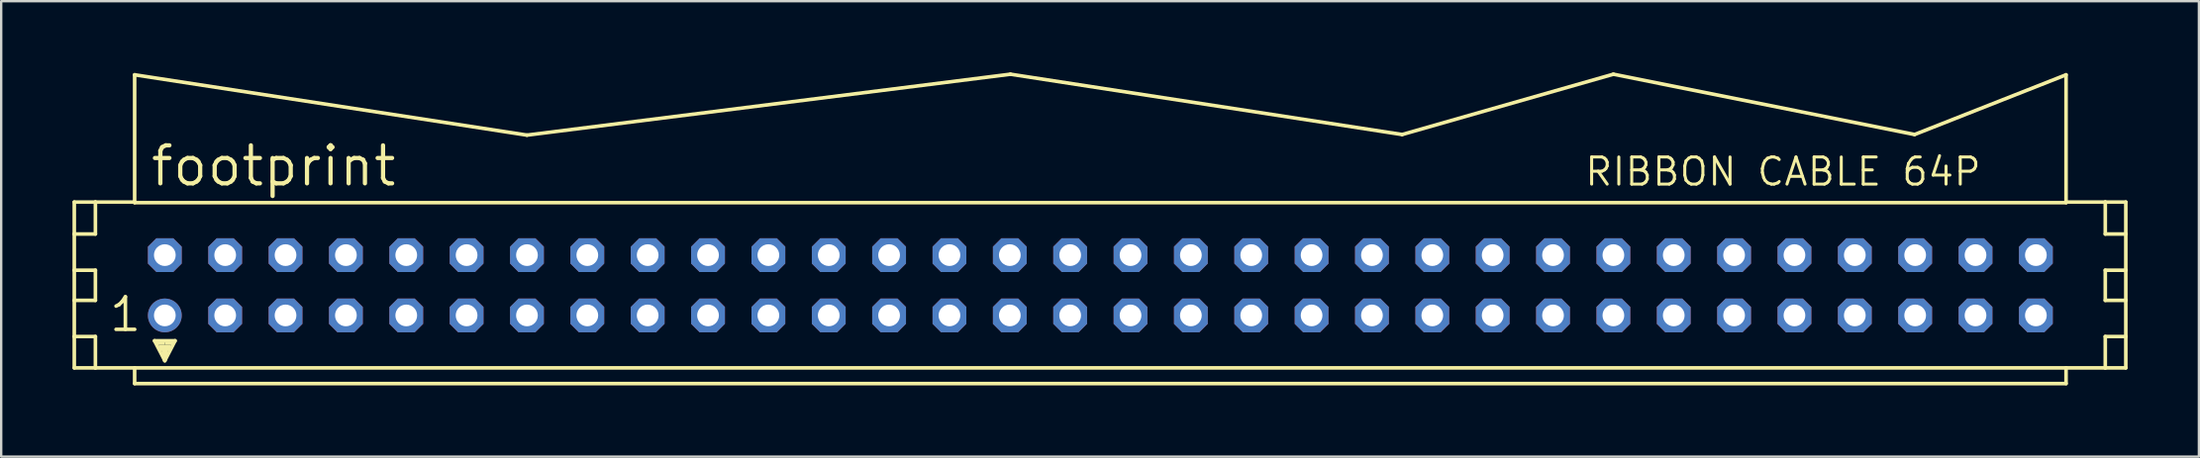
<source format=kicad_pcb>
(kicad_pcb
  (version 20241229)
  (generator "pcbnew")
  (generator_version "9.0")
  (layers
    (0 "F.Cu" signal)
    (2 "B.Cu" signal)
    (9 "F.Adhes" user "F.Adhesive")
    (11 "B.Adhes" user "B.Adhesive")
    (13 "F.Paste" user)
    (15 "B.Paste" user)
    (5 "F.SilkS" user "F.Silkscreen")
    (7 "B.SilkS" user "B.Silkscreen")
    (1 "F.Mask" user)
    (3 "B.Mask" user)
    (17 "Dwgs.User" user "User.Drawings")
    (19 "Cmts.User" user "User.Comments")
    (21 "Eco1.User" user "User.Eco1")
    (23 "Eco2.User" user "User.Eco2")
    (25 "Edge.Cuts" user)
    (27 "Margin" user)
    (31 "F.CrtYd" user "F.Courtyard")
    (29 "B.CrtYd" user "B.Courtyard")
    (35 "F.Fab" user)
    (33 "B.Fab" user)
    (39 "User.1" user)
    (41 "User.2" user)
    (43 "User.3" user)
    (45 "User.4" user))
  (footprint "footprint"
    (layer "F.Cu")
    (at 43.256 8.966)
    (property "Reference" "footprint" (at -40.056 -4.089 0) (layer "F.SilkS") (effects (font (size 1.6 1.6) (thickness 0.178)) (justify left bottom)))
    (fp_line (start -43.18 -3.505) (end -43.18 -2.159) (stroke (width 0.152) (type solid)) (layer "F.SilkS"))
    (fp_line (start -43.18 -2.159) (end -43.18 -0.635) (stroke (width 0.152) (type solid)) (layer "F.SilkS"))
    (fp_line (start -43.18 -2.159) (end -42.291 -2.159) (stroke (width 0.152) (type solid)) (layer "F.SilkS"))
    (fp_line (start -43.18 -0.635) (end -43.18 0.635) (stroke (width 0.152) (type solid)) (layer "F.SilkS"))
    (fp_line (start -43.18 -0.635) (end -42.291 -0.635) (stroke (width 0.152) (type solid)) (layer "F.SilkS"))
    (fp_line (start -43.18 0.635) (end -43.18 2.159) (stroke (width 0.152) (type solid)) (layer "F.SilkS"))
    (fp_line (start -43.18 0.635) (end -42.291 0.635) (stroke (width 0.152) (type solid)) (layer "F.SilkS"))
    (fp_line (start -43.18 2.159) (end -43.18 3.48) (stroke (width 0.152) (type solid)) (layer "F.SilkS"))
    (fp_line (start -43.18 2.159) (end -42.291 2.159) (stroke (width 0.152) (type solid)) (layer "F.SilkS"))
    (fp_line (start -43.18 3.48) (end -42.291 3.48) (stroke (width 0.152) (type solid)) (layer "F.SilkS"))
    (fp_line (start -42.291 -3.505) (end -43.18 -3.505) (stroke (width 0.152) (type solid)) (layer "F.SilkS"))
    (fp_line (start -42.291 -3.505) (end -42.291 -2.159) (stroke (width 0.152) (type solid)) (layer "F.SilkS"))
    (fp_line (start -42.291 -0.635) (end -42.291 0.635) (stroke (width 0.152) (type solid)) (layer "F.SilkS"))
    (fp_line (start -42.291 2.159) (end -42.291 3.48) (stroke (width 0.152) (type solid)) (layer "F.SilkS"))
    (fp_line (start -42.291 3.48) (end -40.64 3.48) (stroke (width 0.152) (type solid)) (layer "F.SilkS"))
    (fp_line (start -40.64 -8.865) (end -24.13 -6.325) (stroke (width 0.152) (type solid)) (layer "F.SilkS"))
    (fp_line (start -40.64 -3.505) (end -42.291 -3.505) (stroke (width 0.152) (type solid)) (layer "F.SilkS"))
    (fp_line (start -40.64 -3.505) (end -40.64 -8.865) (stroke (width 0.152) (type solid)) (layer "F.SilkS"))
    (fp_line (start -40.64 -3.48) (end -40.64 -3.505) (stroke (width 0.152) (type solid)) (layer "F.SilkS"))
    (fp_line (start -40.64 3.48) (end -40.64 4.14) (stroke (width 0.152) (type solid)) (layer "F.SilkS"))
    (fp_line (start -40.64 3.48) (end 40.64 3.48) (stroke (width 0.152) (type solid)) (layer "F.SilkS"))
    (fp_line (start -40.64 4.14) (end 40.64 4.14) (stroke (width 0.152) (type solid)) (layer "F.SilkS"))
    (fp_line (start -39.802 2.337) (end -38.938 2.337) (stroke (width 0.152) (type solid)) (layer "F.SilkS"))
    (fp_line (start -39.37 3.175) (end -39.802 2.337) (stroke (width 0.152) (type solid)) (layer "F.SilkS"))
    (fp_line (start -39.37 3.175) (end -39.37 2.921) (stroke (width 0.152) (type solid)) (layer "F.SilkS"))
    (fp_line (start -38.938 2.337) (end -39.37 3.175) (stroke (width 0.152) (type solid)) (layer "F.SilkS"))
    (fp_line (start -24.13 -6.325) (end -3.785 -8.89) (stroke (width 0.152) (type solid)) (layer "F.SilkS"))
    (fp_line (start 12.7 -6.35) (end -3.785 -8.89) (stroke (width 0.152) (type solid)) (layer "F.SilkS"))
    (fp_line (start 21.59 -8.89) (end 12.7 -6.35) (stroke (width 0.152) (type solid)) (layer "F.SilkS"))
    (fp_line (start 34.265 -6.35) (end 21.59 -8.89) (stroke (width 0.152) (type solid)) (layer "F.SilkS"))
    (fp_line (start 40.64 -8.865) (end 34.265 -6.35) (stroke (width 0.152) (type solid)) (layer "F.SilkS"))
    (fp_line (start 40.64 -8.865) (end 40.64 -3.505) (stroke (width 0.152) (type solid)) (layer "F.SilkS"))
    (fp_line (start 40.64 -3.505) (end 40.64 -3.48) (stroke (width 0.152) (type solid)) (layer "F.SilkS"))
    (fp_line (start 40.64 -3.48) (end -40.64 -3.48) (stroke (width 0.152) (type solid)) (layer "F.SilkS"))
    (fp_line (start 40.64 3.48) (end 42.291 3.48) (stroke (width 0.152) (type solid)) (layer "F.SilkS"))
    (fp_line (start 40.64 4.14) (end 40.64 3.48) (stroke (width 0.152) (type solid)) (layer "F.SilkS"))
    (fp_line (start 42.291 -3.505) (end 40.64 -3.505) (stroke (width 0.152) (type solid)) (layer "F.SilkS"))
    (fp_line (start 42.291 -3.505) (end 42.291 -2.159) (stroke (width 0.152) (type solid)) (layer "F.SilkS"))
    (fp_line (start 42.291 -2.159) (end 43.155 -2.159) (stroke (width 0.152) (type solid)) (layer "F.SilkS"))
    (fp_line (start 42.291 -0.635) (end 42.291 0.635) (stroke (width 0.152) (type solid)) (layer "F.SilkS"))
    (fp_line (start 42.291 -0.635) (end 43.155 -0.635) (stroke (width 0.152) (type solid)) (layer "F.SilkS"))
    (fp_line (start 42.291 0.635) (end 43.155 0.635) (stroke (width 0.152) (type solid)) (layer "F.SilkS"))
    (fp_line (start 42.291 2.159) (end 42.291 3.48) (stroke (width 0.152) (type solid)) (layer "F.SilkS"))
    (fp_line (start 42.291 2.159) (end 43.155 2.159) (stroke (width 0.152) (type solid)) (layer "F.SilkS"))
    (fp_line (start 42.291 3.48) (end 43.155 3.48) (stroke (width 0.152) (type solid)) (layer "F.SilkS"))
    (fp_line (start 43.155 -3.505) (end 42.291 -3.505) (stroke (width 0.152) (type solid)) (layer "F.SilkS"))
    (fp_line (start 43.155 -2.159) (end 43.155 -3.505) (stroke (width 0.152) (type solid)) (layer "F.SilkS"))
    (fp_line (start 43.155 -0.635) (end 43.155 -2.159) (stroke (width 0.152) (type solid)) (layer "F.SilkS"))
    (fp_line (start 43.155 0.635) (end 43.155 -0.635) (stroke (width 0.152) (type solid)) (layer "F.SilkS"))
    (fp_line (start 43.155 2.159) (end 43.155 0.635) (stroke (width 0.152) (type solid)) (layer "F.SilkS"))
    (fp_line (start 43.155 3.48) (end 43.155 2.159) (stroke (width 0.152) (type solid)) (layer "F.SilkS"))
    (fp_poly (pts (xy -39.751 2.515) (xy -39.37 2.515) (xy -39.37 2.388) (xy -39.751 2.388)) (stroke (width 0) (type solid)) (fill yes) (layer "F.SilkS"))
    (fp_poly (pts (xy -39.624 2.769) (xy -39.116 2.769) (xy -39.116 2.515) (xy -39.624 2.515)) (stroke (width 0) (type solid)) (fill yes) (layer "F.SilkS"))
    (fp_poly (pts (xy -39.497 2.972) (xy -39.243 2.972) (xy -39.243 2.718) (xy -39.497 2.718)) (stroke (width 0) (type solid)) (fill yes) (layer "F.SilkS"))
    (fp_poly (pts (xy -39.37 2.515) (xy -38.989 2.515) (xy -38.989 2.388) (xy -39.37 2.388)) (stroke (width 0) (type solid)) (fill yes) (layer "F.SilkS"))
    (fp_text user "RIBBON CABLE 64P" (at 20.32 -4.115 0) (layer "F.SilkS") (effects (font (size 1.143 1.143) (thickness 0.127)) (justify left bottom)))
    (fp_text user "1" (at -41.783 2.032 0) (layer "F.SilkS") (effects (font (size 1.372 1.372) (thickness 0.152)) (justify left bottom)))
    (pad "1" thru_hole circle (at -39.37 1.27) (size 1.422 1.422) (drill 0.914) (layers "*.Cu" "*.Mask"))
    (pad "2" thru_hole roundrect (at -39.37 -1.27) (size 1.422 1.422) (drill 0.914) (layers "*.Cu" "*.Mask") (roundrect_rratio 0.25) (chamfer_ratio 0.25) (chamfer top_left top_right bottom_left bottom_right))
    (pad "3" thru_hole roundrect (at -36.83 1.27) (size 1.422 1.422) (drill 0.914) (layers "*.Cu" "*.Mask") (roundrect_rratio 0.25) (chamfer_ratio 0.25) (chamfer top_left top_right bottom_left bottom_right))
    (pad "4" thru_hole roundrect (at -36.83 -1.27) (size 1.422 1.422) (drill 0.914) (layers "*.Cu" "*.Mask") (roundrect_rratio 0.25) (chamfer_ratio 0.25) (chamfer top_left top_right bottom_left bottom_right))
    (pad "5" thru_hole roundrect (at -34.29 1.27) (size 1.422 1.422) (drill 0.914) (layers "*.Cu" "*.Mask") (roundrect_rratio 0.25) (chamfer_ratio 0.25) (chamfer top_left top_right bottom_left bottom_right))
    (pad "6" thru_hole roundrect (at -34.29 -1.27) (size 1.422 1.422) (drill 0.914) (layers "*.Cu" "*.Mask") (roundrect_rratio 0.25) (chamfer_ratio 0.25) (chamfer top_left top_right bottom_left bottom_right))
    (pad "7" thru_hole roundrect (at -31.75 1.27) (size 1.422 1.422) (drill 0.914) (layers "*.Cu" "*.Mask") (roundrect_rratio 0.25) (chamfer_ratio 0.25) (chamfer top_left top_right bottom_left bottom_right))
    (pad "8" thru_hole roundrect (at -31.75 -1.27) (size 1.422 1.422) (drill 0.914) (layers "*.Cu" "*.Mask") (roundrect_rratio 0.25) (chamfer_ratio 0.25) (chamfer top_left top_right bottom_left bottom_right))
    (pad "9" thru_hole roundrect (at -29.21 1.27) (size 1.422 1.422) (drill 0.914) (layers "*.Cu" "*.Mask") (roundrect_rratio 0.25) (chamfer_ratio 0.25) (chamfer top_left top_right bottom_left bottom_right))
    (pad "10" thru_hole roundrect (at -29.21 -1.27) (size 1.422 1.422) (drill 0.914) (layers "*.Cu" "*.Mask") (roundrect_rratio 0.25) (chamfer_ratio 0.25) (chamfer top_left top_right bottom_left bottom_right))
    (pad "11" thru_hole roundrect (at -26.67 1.27) (size 1.422 1.422) (drill 0.914) (layers "*.Cu" "*.Mask") (roundrect_rratio 0.25) (chamfer_ratio 0.25) (chamfer top_left top_right bottom_left bottom_right))
    (pad "12" thru_hole roundrect (at -26.67 -1.27) (size 1.422 1.422) (drill 0.914) (layers "*.Cu" "*.Mask") (roundrect_rratio 0.25) (chamfer_ratio 0.25) (chamfer top_left top_right bottom_left bottom_right))
    (pad "13" thru_hole roundrect (at -24.13 1.27) (size 1.422 1.422) (drill 0.914) (layers "*.Cu" "*.Mask") (roundrect_rratio 0.25) (chamfer_ratio 0.25) (chamfer top_left top_right bottom_left bottom_right))
    (pad "14" thru_hole roundrect (at -24.13 -1.27) (size 1.422 1.422) (drill 0.914) (layers "*.Cu" "*.Mask") (roundrect_rratio 0.25) (chamfer_ratio 0.25) (chamfer top_left top_right bottom_left bottom_right))
    (pad "15" thru_hole roundrect (at -21.59 1.27) (size 1.422 1.422) (drill 0.914) (layers "*.Cu" "*.Mask") (roundrect_rratio 0.25) (chamfer_ratio 0.25) (chamfer top_left top_right bottom_left bottom_right))
    (pad "16" thru_hole roundrect (at -21.59 -1.27) (size 1.422 1.422) (drill 0.914) (layers "*.Cu" "*.Mask") (roundrect_rratio 0.25) (chamfer_ratio 0.25) (chamfer top_left top_right bottom_left bottom_right))
    (pad "17" thru_hole roundrect (at -19.05 1.27) (size 1.422 1.422) (drill 0.914) (layers "*.Cu" "*.Mask") (roundrect_rratio 0.25) (chamfer_ratio 0.25) (chamfer top_left top_right bottom_left bottom_right))
    (pad "18" thru_hole roundrect (at -19.05 -1.27) (size 1.422 1.422) (drill 0.914) (layers "*.Cu" "*.Mask") (roundrect_rratio 0.25) (chamfer_ratio 0.25) (chamfer top_left top_right bottom_left bottom_right))
    (pad "19" thru_hole roundrect (at -16.51 1.27) (size 1.422 1.422) (drill 0.914) (layers "*.Cu" "*.Mask") (roundrect_rratio 0.25) (chamfer_ratio 0.25) (chamfer top_left top_right bottom_left bottom_right))
    (pad "20" thru_hole roundrect (at -16.51 -1.27) (size 1.422 1.422) (drill 0.914) (layers "*.Cu" "*.Mask") (roundrect_rratio 0.25) (chamfer_ratio 0.25) (chamfer top_left top_right bottom_left bottom_right))
    (pad "21" thru_hole roundrect (at -13.97 1.27) (size 1.422 1.422) (drill 0.914) (layers "*.Cu" "*.Mask") (roundrect_rratio 0.25) (chamfer_ratio 0.25) (chamfer top_left top_right bottom_left bottom_right))
    (pad "22" thru_hole roundrect (at -13.97 -1.27) (size 1.422 1.422) (drill 0.914) (layers "*.Cu" "*.Mask") (roundrect_rratio 0.25) (chamfer_ratio 0.25) (chamfer top_left top_right bottom_left bottom_right))
    (pad "23" thru_hole roundrect (at -11.43 1.27) (size 1.422 1.422) (drill 0.914) (layers "*.Cu" "*.Mask") (roundrect_rratio 0.25) (chamfer_ratio 0.25) (chamfer top_left top_right bottom_left bottom_right))
    (pad "24" thru_hole roundrect (at -11.43 -1.27) (size 1.422 1.422) (drill 0.914) (layers "*.Cu" "*.Mask") (roundrect_rratio 0.25) (chamfer_ratio 0.25) (chamfer top_left top_right bottom_left bottom_right))
    (pad "25" thru_hole roundrect (at -8.89 1.27) (size 1.422 1.422) (drill 0.914) (layers "*.Cu" "*.Mask") (roundrect_rratio 0.25) (chamfer_ratio 0.25) (chamfer top_left top_right bottom_left bottom_right))
    (pad "26" thru_hole roundrect (at -8.89 -1.27) (size 1.422 1.422) (drill 0.914) (layers "*.Cu" "*.Mask") (roundrect_rratio 0.25) (chamfer_ratio 0.25) (chamfer top_left top_right bottom_left bottom_right))
    (pad "27" thru_hole roundrect (at -6.35 1.27) (size 1.422 1.422) (drill 0.914) (layers "*.Cu" "*.Mask") (roundrect_rratio 0.25) (chamfer_ratio 0.25) (chamfer top_left top_right bottom_left bottom_right))
    (pad "28" thru_hole roundrect (at -6.35 -1.27) (size 1.422 1.422) (drill 0.914) (layers "*.Cu" "*.Mask") (roundrect_rratio 0.25) (chamfer_ratio 0.25) (chamfer top_left top_right bottom_left bottom_right))
    (pad "29" thru_hole roundrect (at -3.81 1.27) (size 1.422 1.422) (drill 0.914) (layers "*.Cu" "*.Mask") (roundrect_rratio 0.25) (chamfer_ratio 0.25) (chamfer top_left top_right bottom_left bottom_right))
    (pad "30" thru_hole roundrect (at -3.81 -1.27) (size 1.422 1.422) (drill 0.914) (layers "*.Cu" "*.Mask") (roundrect_rratio 0.25) (chamfer_ratio 0.25) (chamfer top_left top_right bottom_left bottom_right))
    (pad "31" thru_hole roundrect (at -1.27 1.27) (size 1.422 1.422) (drill 0.914) (layers "*.Cu" "*.Mask") (roundrect_rratio 0.25) (chamfer_ratio 0.25) (chamfer top_left top_right bottom_left bottom_right))
    (pad "32" thru_hole roundrect (at -1.27 -1.27) (size 1.422 1.422) (drill 0.914) (layers "*.Cu" "*.Mask") (roundrect_rratio 0.25) (chamfer_ratio 0.25) (chamfer top_left top_right bottom_left bottom_right))
    (pad "33" thru_hole roundrect (at 1.27 1.27) (size 1.422 1.422) (drill 0.914) (layers "*.Cu" "*.Mask") (roundrect_rratio 0.25) (chamfer_ratio 0.25) (chamfer top_left top_right bottom_left bottom_right))
    (pad "34" thru_hole roundrect (at 1.27 -1.27) (size 1.422 1.422) (drill 0.914) (layers "*.Cu" "*.Mask") (roundrect_rratio 0.25) (chamfer_ratio 0.25) (chamfer top_left top_right bottom_left bottom_right))
    (pad "35" thru_hole roundrect (at 3.81 1.27) (size 1.422 1.422) (drill 0.914) (layers "*.Cu" "*.Mask") (roundrect_rratio 0.25) (chamfer_ratio 0.25) (chamfer top_left top_right bottom_left bottom_right))
    (pad "36" thru_hole roundrect (at 3.81 -1.27) (size 1.422 1.422) (drill 0.914) (layers "*.Cu" "*.Mask") (roundrect_rratio 0.25) (chamfer_ratio 0.25) (chamfer top_left top_right bottom_left bottom_right))
    (pad "37" thru_hole roundrect (at 6.35 1.27) (size 1.422 1.422) (drill 0.914) (layers "*.Cu" "*.Mask") (roundrect_rratio 0.25) (chamfer_ratio 0.25) (chamfer top_left top_right bottom_left bottom_right))
    (pad "38" thru_hole roundrect (at 6.35 -1.27) (size 1.422 1.422) (drill 0.914) (layers "*.Cu" "*.Mask") (roundrect_rratio 0.25) (chamfer_ratio 0.25) (chamfer top_left top_right bottom_left bottom_right))
    (pad "39" thru_hole roundrect (at 8.89 1.27) (size 1.422 1.422) (drill 0.914) (layers "*.Cu" "*.Mask") (roundrect_rratio 0.25) (chamfer_ratio 0.25) (chamfer top_left top_right bottom_left bottom_right))
    (pad "40" thru_hole roundrect (at 8.89 -1.27) (size 1.422 1.422) (drill 0.914) (layers "*.Cu" "*.Mask") (roundrect_rratio 0.25) (chamfer_ratio 0.25) (chamfer top_left top_right bottom_left bottom_right))
    (pad "41" thru_hole roundrect (at 11.43 1.27) (size 1.422 1.422) (drill 0.914) (layers "*.Cu" "*.Mask") (roundrect_rratio 0.25) (chamfer_ratio 0.25) (chamfer top_left top_right bottom_left bottom_right))
    (pad "42" thru_hole roundrect (at 11.43 -1.27) (size 1.422 1.422) (drill 0.914) (layers "*.Cu" "*.Mask") (roundrect_rratio 0.25) (chamfer_ratio 0.25) (chamfer top_left top_right bottom_left bottom_right))
    (pad "43" thru_hole roundrect (at 13.97 1.27) (size 1.422 1.422) (drill 0.914) (layers "*.Cu" "*.Mask") (roundrect_rratio 0.25) (chamfer_ratio 0.25) (chamfer top_left top_right bottom_left bottom_right))
    (pad "44" thru_hole roundrect (at 13.97 -1.27) (size 1.422 1.422) (drill 0.914) (layers "*.Cu" "*.Mask") (roundrect_rratio 0.25) (chamfer_ratio 0.25) (chamfer top_left top_right bottom_left bottom_right))
    (pad "45" thru_hole roundrect (at 16.51 1.27) (size 1.422 1.422) (drill 0.914) (layers "*.Cu" "*.Mask") (roundrect_rratio 0.25) (chamfer_ratio 0.25) (chamfer top_left top_right bottom_left bottom_right))
    (pad "46" thru_hole roundrect (at 16.51 -1.27) (size 1.422 1.422) (drill 0.914) (layers "*.Cu" "*.Mask") (roundrect_rratio 0.25) (chamfer_ratio 0.25) (chamfer top_left top_right bottom_left bottom_right))
    (pad "47" thru_hole roundrect (at 19.05 1.27) (size 1.422 1.422) (drill 0.914) (layers "*.Cu" "*.Mask") (roundrect_rratio 0.25) (chamfer_ratio 0.25) (chamfer top_left top_right bottom_left bottom_right))
    (pad "48" thru_hole roundrect (at 19.05 -1.27) (size 1.422 1.422) (drill 0.914) (layers "*.Cu" "*.Mask") (roundrect_rratio 0.25) (chamfer_ratio 0.25) (chamfer top_left top_right bottom_left bottom_right))
    (pad "49" thru_hole roundrect (at 21.59 1.27) (size 1.422 1.422) (drill 0.914) (layers "*.Cu" "*.Mask") (roundrect_rratio 0.25) (chamfer_ratio 0.25) (chamfer top_left top_right bottom_left bottom_right))
    (pad "50" thru_hole roundrect (at 21.59 -1.27) (size 1.422 1.422) (drill 0.914) (layers "*.Cu" "*.Mask") (roundrect_rratio 0.25) (chamfer_ratio 0.25) (chamfer top_left top_right bottom_left bottom_right))
    (pad "51" thru_hole roundrect (at 24.13 1.27) (size 1.422 1.422) (drill 0.914) (layers "*.Cu" "*.Mask") (roundrect_rratio 0.25) (chamfer_ratio 0.25) (chamfer top_left top_right bottom_left bottom_right))
    (pad "52" thru_hole roundrect (at 24.13 -1.27) (size 1.422 1.422) (drill 0.914) (layers "*.Cu" "*.Mask") (roundrect_rratio 0.25) (chamfer_ratio 0.25) (chamfer top_left top_right bottom_left bottom_right))
    (pad "53" thru_hole roundrect (at 26.67 1.27) (size 1.422 1.422) (drill 0.914) (layers "*.Cu" "*.Mask") (roundrect_rratio 0.25) (chamfer_ratio 0.25) (chamfer top_left top_right bottom_left bottom_right))
    (pad "54" thru_hole roundrect (at 26.67 -1.27) (size 1.422 1.422) (drill 0.914) (layers "*.Cu" "*.Mask") (roundrect_rratio 0.25) (chamfer_ratio 0.25) (chamfer top_left top_right bottom_left bottom_right))
    (pad "55" thru_hole roundrect (at 29.21 1.27) (size 1.422 1.422) (drill 0.914) (layers "*.Cu" "*.Mask") (roundrect_rratio 0.25) (chamfer_ratio 0.25) (chamfer top_left top_right bottom_left bottom_right))
    (pad "56" thru_hole roundrect (at 29.21 -1.27) (size 1.422 1.422) (drill 0.914) (layers "*.Cu" "*.Mask") (roundrect_rratio 0.25) (chamfer_ratio 0.25) (chamfer top_left top_right bottom_left bottom_right))
    (pad "57" thru_hole roundrect (at 31.75 1.27) (size 1.422 1.422) (drill 0.914) (layers "*.Cu" "*.Mask") (roundrect_rratio 0.25) (chamfer_ratio 0.25) (chamfer top_left top_right bottom_left bottom_right))
    (pad "58" thru_hole roundrect (at 31.75 -1.27) (size 1.422 1.422) (drill 0.914) (layers "*.Cu" "*.Mask") (roundrect_rratio 0.25) (chamfer_ratio 0.25) (chamfer top_left top_right bottom_left bottom_right))
    (pad "59" thru_hole roundrect (at 34.29 1.27) (size 1.422 1.422) (drill 0.914) (layers "*.Cu" "*.Mask") (roundrect_rratio 0.25) (chamfer_ratio 0.25) (chamfer top_left top_right bottom_left bottom_right))
    (pad "60" thru_hole roundrect (at 34.29 -1.27) (size 1.422 1.422) (drill 0.914) (layers "*.Cu" "*.Mask") (roundrect_rratio 0.25) (chamfer_ratio 0.25) (chamfer top_left top_right bottom_left bottom_right))
    (pad "61" thru_hole roundrect (at 36.83 1.27) (size 1.422 1.422) (drill 0.914) (layers "*.Cu" "*.Mask") (roundrect_rratio 0.25) (chamfer_ratio 0.25) (chamfer top_left top_right bottom_left bottom_right))
    (pad "62" thru_hole roundrect (at 36.83 -1.27) (size 1.422 1.422) (drill 0.914) (layers "*.Cu" "*.Mask") (roundrect_rratio 0.25) (chamfer_ratio 0.25) (chamfer top_left top_right bottom_left bottom_right))
    (pad "63" thru_hole roundrect (at 39.37 1.27) (size 1.422 1.422) (drill 0.914) (layers "*.Cu" "*.Mask") (roundrect_rratio 0.25) (chamfer_ratio 0.25) (chamfer top_left top_right bottom_left bottom_right))
    (pad "64" thru_hole roundrect (at 39.37 -1.27) (size 1.422 1.422) (drill 0.914) (layers "*.Cu" "*.Mask") (roundrect_rratio 0.25) (chamfer_ratio 0.25) (chamfer top_left top_right bottom_left bottom_right)))
  (gr_rect
    (start -3 -3)
    (end 89.487 16.183)
    (stroke (width 0.1) (type default))
    (fill no)
    (layer "Edge.Cuts")))
</source>
